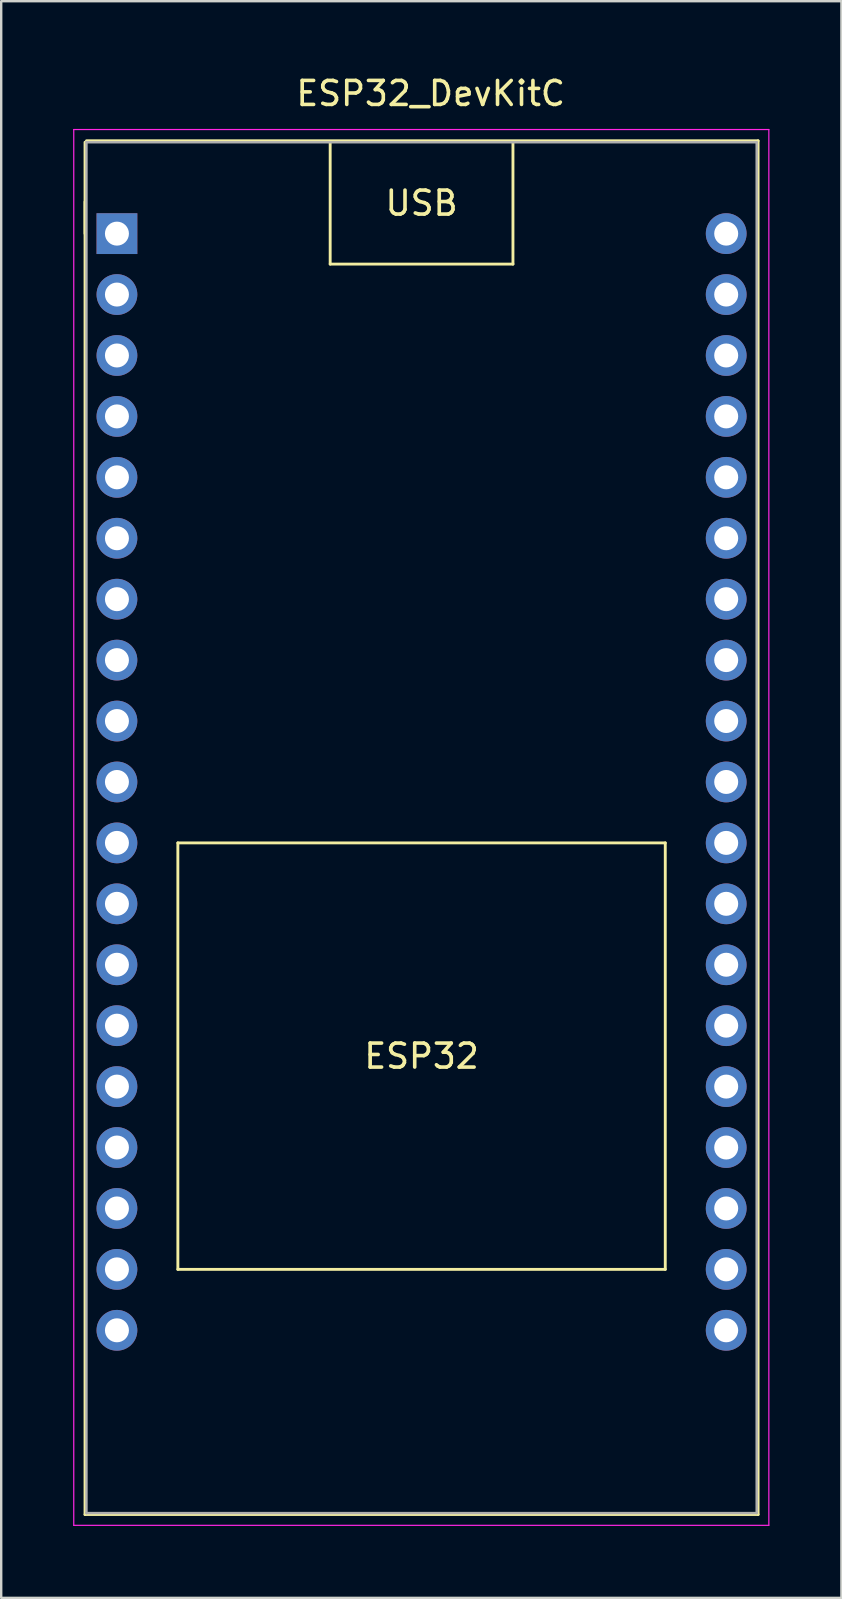
<source format=kicad_pcb>
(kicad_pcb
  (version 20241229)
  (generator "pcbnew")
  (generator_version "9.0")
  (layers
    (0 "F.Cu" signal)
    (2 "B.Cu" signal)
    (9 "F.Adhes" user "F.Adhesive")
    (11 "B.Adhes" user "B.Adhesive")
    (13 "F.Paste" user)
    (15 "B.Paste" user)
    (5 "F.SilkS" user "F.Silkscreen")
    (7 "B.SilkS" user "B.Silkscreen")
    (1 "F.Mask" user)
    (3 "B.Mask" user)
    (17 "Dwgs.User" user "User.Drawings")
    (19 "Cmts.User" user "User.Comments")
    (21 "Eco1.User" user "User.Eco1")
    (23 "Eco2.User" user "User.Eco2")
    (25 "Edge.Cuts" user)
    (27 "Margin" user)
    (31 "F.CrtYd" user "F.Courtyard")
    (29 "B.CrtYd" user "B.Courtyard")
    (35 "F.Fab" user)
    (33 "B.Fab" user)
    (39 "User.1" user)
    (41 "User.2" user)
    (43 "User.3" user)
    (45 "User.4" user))
  (footprint "ESP32_DevKitC"
    (layer "F.Cu")
    (at 1.825 6.69)
    (property "Reference" "ESP32_DevKitC" (at 13.081 -5.842 180) (layer "F.SilkS") (effects (font (size 1 1) (thickness 0.15))))
    (attr through_hole)
    (fp_line (start -1.33 -3.81) (end -1.33 53.4) (stroke (width 0.12) (type solid)) (layer "F.SilkS"))
    (fp_line (start -1.33 0) (end -1.33 -1.33) (stroke (width 0.12) (type solid)) (layer "F.SilkS"))
    (fp_line (start -1.33 53.4) (end 26.73 53.4) (stroke (width 0.12) (type solid)) (layer "F.SilkS"))
    (fp_line (start -1.27 -3.87) (end 26.73 -3.87) (stroke (width 0.12) (type solid)) (layer "F.SilkS"))
    (fp_line (start 2.54 25.4) (end 2.54 43.18) (stroke (width 0.12) (type solid)) (layer "F.SilkS"))
    (fp_line (start 2.54 43.18) (end 22.86 43.18) (stroke (width 0.12) (type solid)) (layer "F.SilkS"))
    (fp_line (start 8.89 -3.81) (end 8.89 1.27) (stroke (width 0.12) (type solid)) (layer "F.SilkS"))
    (fp_line (start 8.89 1.27) (end 16.51 1.27) (stroke (width 0.12) (type solid)) (layer "F.SilkS"))
    (fp_line (start 16.51 1.27) (end 16.51 -3.81) (stroke (width 0.12) (type solid)) (layer "F.SilkS"))
    (fp_line (start 22.86 25.4) (end 2.54 25.4) (stroke (width 0.12) (type solid)) (layer "F.SilkS"))
    (fp_line (start 22.86 43.18) (end 22.86 25.4) (stroke (width 0.12) (type solid)) (layer "F.SilkS"))
    (fp_line (start 26.73 -3.87) (end 26.73 53.4) (stroke (width 0.12) (type solid)) (layer "F.SilkS"))
    (fp_line (start -1.8 -4.34) (end -1.8 53.85) (stroke (width 0.05) (type solid)) (layer "F.CrtYd"))
    (fp_line (start -1.8 53.85) (end 27.178 53.85) (stroke (width 0.05) (type solid)) (layer "F.CrtYd"))
    (fp_line (start 27.178 -4.34) (end -1.8 -4.34) (stroke (width 0.05) (type solid)) (layer "F.CrtYd"))
    (fp_line (start 27.178 53.85) (end 27.178 -4.34) (stroke (width 0.05) (type solid)) (layer "F.CrtYd"))
    (fp_line (start -1.27 -3.81) (end 26.67 -3.81) (stroke (width 0.1) (type solid)) (layer "F.Fab"))
    (fp_line (start -1.27 53.34) (end -1.27 -3.81) (stroke (width 0.1) (type solid)) (layer "F.Fab"))
    (fp_line (start 26.67 -3.81) (end 26.67 53.34) (stroke (width 0.1) (type solid)) (layer "F.Fab"))
    (fp_line (start 26.67 53.34) (end -1.27 53.34) (stroke (width 0.1) (type solid)) (layer "F.Fab"))
    (fp_text user "USB" (at 12.7 -1.27 0) (layer "F.SilkS") (effects (font (size 1 1) (thickness 0.15))))
    (fp_text user "ESP32" (at 12.7 34.29 0) (layer "F.SilkS") (effects (font (size 1 1) (thickness 0.15))))
    (pad "1" thru_hole rect (at 0 0) (size 1.7 1.7) (drill 1) (layers "*.Cu" "*.Mask"))
    (pad "2" thru_hole oval (at 0 2.54) (size 1.7 1.7) (drill 1) (layers "*.Cu" "*.Mask"))
    (pad "3" thru_hole oval (at 0 5.08) (size 1.7 1.7) (drill 1) (layers "*.Cu" "*.Mask"))
    (pad "4" thru_hole oval (at 0 7.62) (size 1.7 1.7) (drill 1) (layers "*.Cu" "*.Mask"))
    (pad "5" thru_hole oval (at 0 10.16) (size 1.7 1.7) (drill 1) (layers "*.Cu" "*.Mask"))
    (pad "6" thru_hole oval (at 0 12.7) (size 1.7 1.7) (drill 1) (layers "*.Cu" "*.Mask"))
    (pad "7" thru_hole oval (at 0 15.24) (size 1.7 1.7) (drill 1) (layers "*.Cu" "*.Mask"))
    (pad "8" thru_hole oval (at 0 17.78) (size 1.7 1.7) (drill 1) (layers "*.Cu" "*.Mask"))
    (pad "9" thru_hole oval (at 0 20.32) (size 1.7 1.7) (drill 1) (layers "*.Cu" "*.Mask"))
    (pad "10" thru_hole oval (at 0 22.86) (size 1.7 1.7) (drill 1) (layers "*.Cu" "*.Mask"))
    (pad "11" thru_hole oval (at 0 25.4) (size 1.7 1.7) (drill 1) (layers "*.Cu" "*.Mask"))
    (pad "12" thru_hole oval (at 0 27.94) (size 1.7 1.7) (drill 1) (layers "*.Cu" "*.Mask"))
    (pad "13" thru_hole oval (at 0 30.48) (size 1.7 1.7) (drill 1) (layers "*.Cu" "*.Mask"))
    (pad "14" thru_hole oval (at 0 33.02) (size 1.7 1.7) (drill 1) (layers "*.Cu" "*.Mask"))
    (pad "15" thru_hole oval (at 0 35.56) (size 1.7 1.7) (drill 1) (layers "*.Cu" "*.Mask"))
    (pad "16" thru_hole oval (at 0 38.1) (size 1.7 1.7) (drill 1) (layers "*.Cu" "*.Mask"))
    (pad "17" thru_hole oval (at 0 40.64) (size 1.7 1.7) (drill 1) (layers "*.Cu" "*.Mask"))
    (pad "18" thru_hole oval (at 0 43.18) (size 1.7 1.7) (drill 1) (layers "*.Cu" "*.Mask"))
    (pad "19" thru_hole oval (at 0 45.72) (size 1.7 1.7) (drill 1) (layers "*.Cu" "*.Mask"))
    (pad "20" thru_hole oval (at 25.4 45.72) (size 1.7 1.7) (drill 1) (layers "*.Cu" "*.Mask"))
    (pad "21" thru_hole oval (at 25.4 43.18) (size 1.7 1.7) (drill 1) (layers "*.Cu" "*.Mask"))
    (pad "22" thru_hole oval (at 25.4 40.64) (size 1.7 1.7) (drill 1) (layers "*.Cu" "*.Mask"))
    (pad "23" thru_hole oval (at 25.4 38.1) (size 1.7 1.7) (drill 1) (layers "*.Cu" "*.Mask"))
    (pad "24" thru_hole oval (at 25.4 35.56) (size 1.7 1.7) (drill 1) (layers "*.Cu" "*.Mask"))
    (pad "25" thru_hole oval (at 25.4 33.02) (size 1.7 1.7) (drill 1) (layers "*.Cu" "*.Mask"))
    (pad "26" thru_hole oval (at 25.4 30.48) (size 1.7 1.7) (drill 1) (layers "*.Cu" "*.Mask"))
    (pad "27" thru_hole oval (at 25.4 27.94) (size 1.7 1.7) (drill 1) (layers "*.Cu" "*.Mask"))
    (pad "28" thru_hole oval (at 25.4 25.4) (size 1.7 1.7) (drill 1) (layers "*.Cu" "*.Mask"))
    (pad "29" thru_hole oval (at 25.4 22.86) (size 1.7 1.7) (drill 1) (layers "*.Cu" "*.Mask"))
    (pad "30" thru_hole oval (at 25.4 20.32) (size 1.7 1.7) (drill 1) (layers "*.Cu" "*.Mask"))
    (pad "31" thru_hole oval (at 25.4 17.78) (size 1.7 1.7) (drill 1) (layers "*.Cu" "*.Mask"))
    (pad "32" thru_hole oval (at 25.4 15.24) (size 1.7 1.7) (drill 1) (layers "*.Cu" "*.Mask"))
    (pad "33" thru_hole oval (at 25.4 12.7) (size 1.7 1.7) (drill 1) (layers "*.Cu" "*.Mask"))
    (pad "34" thru_hole oval (at 25.4 10.16) (size 1.7 1.7) (drill 1) (layers "*.Cu" "*.Mask"))
    (pad "35" thru_hole oval (at 25.4 7.62) (size 1.7 1.7) (drill 1) (layers "*.Cu" "*.Mask"))
    (pad "36" thru_hole oval (at 25.4 5.08) (size 1.7 1.7) (drill 1) (layers "*.Cu" "*.Mask"))
    (pad "37" thru_hole oval (at 25.4 2.54) (size 1.7 1.7) (drill 1) (layers "*.Cu" "*.Mask"))
    (pad "38" thru_hole oval (at 25.4 0) (size 1.7 1.7) (drill 1) (layers "*.Cu" "*.Mask")))
  (gr_rect
    (start -3 -3)
    (end 32.028 63.565)
    (stroke (width 0.1) (type default))
    (fill no)
    (layer "Edge.Cuts")))
</source>
